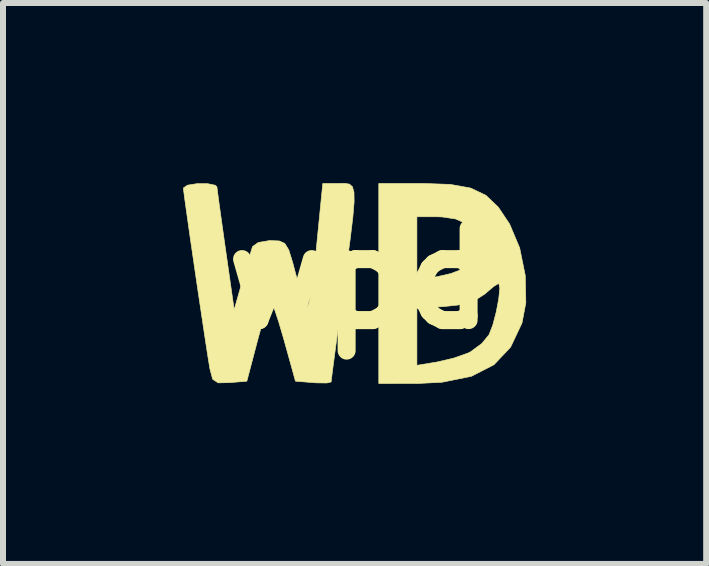
<source format=kicad_pcb>
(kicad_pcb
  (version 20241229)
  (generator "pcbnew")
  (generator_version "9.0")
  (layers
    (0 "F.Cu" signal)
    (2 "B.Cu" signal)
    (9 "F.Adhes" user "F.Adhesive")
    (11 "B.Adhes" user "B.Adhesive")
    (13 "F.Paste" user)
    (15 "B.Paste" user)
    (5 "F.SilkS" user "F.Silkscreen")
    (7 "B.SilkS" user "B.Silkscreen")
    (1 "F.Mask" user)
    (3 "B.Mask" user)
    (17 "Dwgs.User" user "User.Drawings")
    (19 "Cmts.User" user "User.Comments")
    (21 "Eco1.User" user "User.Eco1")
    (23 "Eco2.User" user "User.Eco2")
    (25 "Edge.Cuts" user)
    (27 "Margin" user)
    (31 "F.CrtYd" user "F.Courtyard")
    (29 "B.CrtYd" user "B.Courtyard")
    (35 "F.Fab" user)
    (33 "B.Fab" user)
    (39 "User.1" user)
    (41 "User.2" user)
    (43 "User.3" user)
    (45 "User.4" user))
  (footprint "wpd"
    (layer "F.Cu")
    (at 2.942 1.593)
    (property "Reference" "wpd" (at 0 0 0) (layer "F.SilkS") (effects (font (size 1.524 1.524) (thickness 0.3))))
    (attr through_hole)
    (fp_poly (pts (xy 1.052 -1.587) (xy 1.51 -1.571) (xy 1.849 -1.51) (xy 2.103 -1.389) (xy 2.31 -1.191) (xy 2.498 -0.91) (xy 2.665 -0.513) (xy 2.758 -0.055) (xy 2.768 0.4) (xy 2.704 0.738) (xy 2.514 1.14) (xy 2.237 1.433) (xy 1.86 1.626) (xy 1.369 1.725) (xy 0.972 1.745) (xy 0.318 1.746) (xy 0.318 0.495) (xy 0.953 0.495) (xy 0.953 1.443) (xy 1.29 1.387) (xy 1.561 1.324) (xy 1.803 1.239) (xy 1.843 1.22) (xy 2.035 1.079) (xy 2.155 0.932) (xy 2.217 0.773) (xy 2.274 0.557) (xy 2.316 0.336) (xy 2.334 0.16) (xy 2.318 0.08) (xy 2.314 0.079) (xy 2.233 0.128) (xy 2.095 0.246) (xy 2.088 0.253) (xy 1.901 0.372) (xy 1.629 0.44) (xy 1.428 0.461) (xy 0.953 0.495) (xy 0.318 0.495) (xy 0.318 -1.032) (xy 0.953 -1.032) (xy 0.953 0.02) (xy 1.286 -0.033) (xy 1.519 -0.086) (xy 1.693 -0.153) (xy 1.722 -0.172) (xy 1.795 -0.315) (xy 1.823 -0.538) (xy 1.804 -0.766) (xy 1.738 -0.929) (xy 1.73 -0.937) (xy 1.596 -0.996) (xy 1.375 -1.029) (xy 1.294 -1.032) (xy 0.953 -1.032) (xy 0.318 -1.032) (xy 0.318 -1.587) (xy 1.052 -1.587)) (stroke (width 0.01) (type solid)) (fill yes) (layer "F.SilkS"))
    (fp_poly (pts (xy -0.171 -1.576) (xy -0.121 -1.532) (xy -0.095 -1.439) (xy -0.093 -1.277) (xy -0.114 -1.026) (xy -0.157 -0.67) (xy -0.222 -0.187) (xy -0.278 0.227) (xy -0.341 0.689) (xy -0.395 1.095) (xy -0.438 1.419) (xy -0.466 1.635) (xy -0.476 1.72) (xy -0.546 1.737) (xy -0.719 1.735) (xy -0.773 1.731) (xy -1.07 1.707) (xy -1.263 1.012) (xy -1.351 0.713) (xy -1.427 0.487) (xy -1.48 0.367) (xy -1.495 0.357) (xy -1.531 0.447) (xy -1.596 0.652) (xy -1.676 0.935) (xy -1.707 1.051) (xy -1.88 1.707) (xy -2.166 1.731) (xy -2.358 1.735) (xy -2.449 1.675) (xy -2.493 1.511) (xy -2.497 1.493) (xy -2.531 1.282) (xy -2.579 0.971) (xy -2.636 0.59) (xy -2.699 0.169) (xy -2.762 -0.262) (xy -2.822 -0.672) (xy -2.873 -1.032) (xy -2.912 -1.31) (xy -2.934 -1.478) (xy -2.937 -1.511) (xy -2.87 -1.558) (xy -2.713 -1.583) (xy -2.536 -1.584) (xy -2.405 -1.557) (xy -2.378 -1.528) (xy -2.366 -1.431) (xy -2.336 -1.208) (xy -2.292 -0.893) (xy -2.239 -0.517) (xy -2.233 -0.476) (xy -2.091 0.516) (xy -1.955 0.04) (xy -1.877 -0.228) (xy -1.815 -0.44) (xy -1.785 -0.536) (xy -1.691 -0.603) (xy -1.506 -0.635) (xy -1.481 -0.635) (xy -1.339 -0.629) (xy -1.248 -0.588) (xy -1.182 -0.481) (xy -1.117 -0.272) (xy -1.066 -0.079) (xy -0.989 0.191) (xy -0.921 0.389) (xy -0.874 0.475) (xy -0.871 0.476) (xy -0.844 0.402) (xy -0.808 0.199) (xy -0.767 -0.104) (xy -0.725 -0.476) (xy -0.717 -0.556) (xy -0.615 -1.587) (xy -0.347 -1.587) (xy -0.246 -1.588) (xy -0.171 -1.576)) (stroke (width 0.01) (type solid)) (fill yes) (layer "F.SilkS")))
  (gr_rect
    (start -3 -3)
    (end 8.714 6.344)
    (stroke (width 0.1) (type default))
    (fill no)
    (layer "Edge.Cuts")))
</source>
